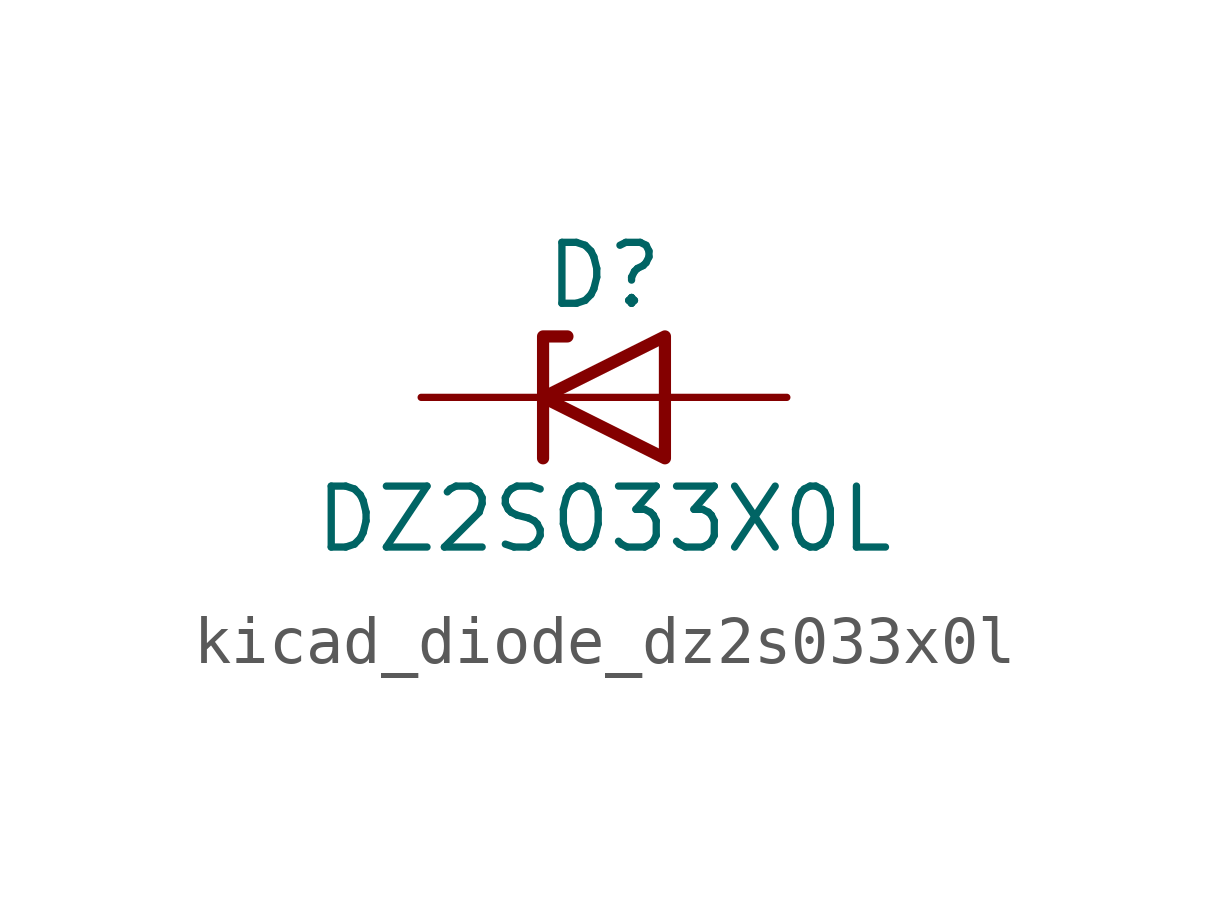
<source format=kicad_sym>
(kicad_symbol_lib
  (version 20220914)
  (generator kicad_symbol_editor)
  (symbol "kicad_diode_dz2s033x0l"
    (pin_numbers hide)
    (pin_names hide)
    (property "Reference" "D"
      (at 0 2.54 0)
      (effects (font (size 1.27 1.27))))
    (property "Value" "DZ2S033X0L"
      (at 0 -2.54 0)
      (effects (font (size 1.27 1.27))))
    (symbol "kicad_diode_dz2s033x0l_0_1"
      (polyline (pts (xy 1.27 0) (xy -1.27 0)) (stroke (width 0) (type default)) (fill (type none)))
      (polyline (pts (xy -1.27 -1.27) (xy -1.27 1.27) (xy -0.762 1.27)) (stroke (width 0.254) (type default)) (fill (type none)))
      (polyline (pts (xy 1.27 -1.27) (xy 1.27 1.27) (xy -1.27 0) (xy 1.27 -1.27)) (stroke (width 0.254) (type default)) (fill (type none))))
    (symbol "kicad_diode_dz2s033x0l_1_1"
      (pin passive line (at -3.81 0 0) (length 2.54) (name "K" (effects (font (size 1.27 1.27)))) (number "1" (effects (font (size 1.27 1.27)))))
      (pin passive line (at 3.81 0 180) (length 2.54) (name "A" (effects (font (size 1.27 1.27)))) (number "2" (effects (font (size 1.27 1.27))))))))
</source>
